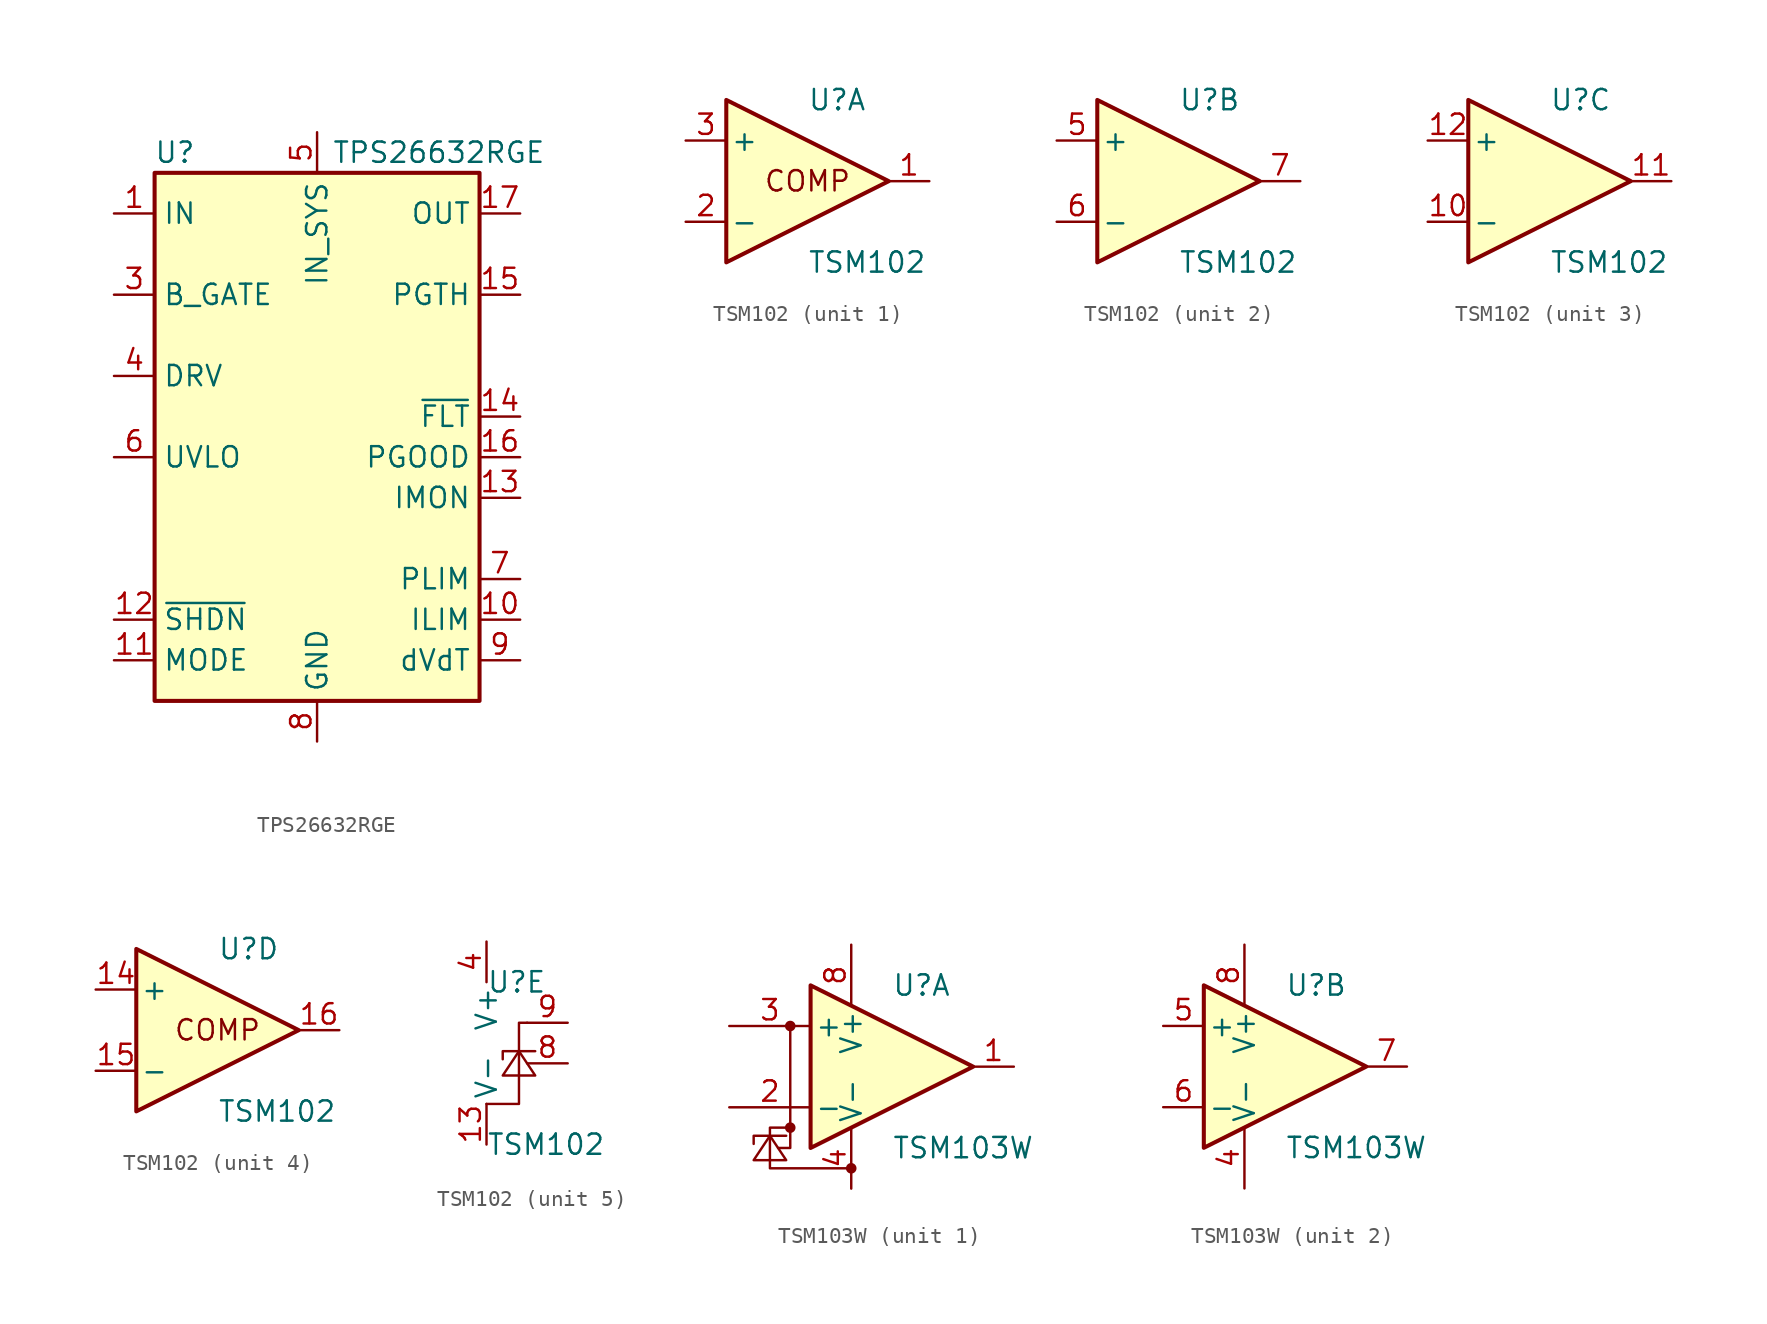
<source format=kicad_sym>
(kicad_symbol_lib
  (version 20200908)
  (generator kicad_symbol_editor)
  (symbol "Power_Management:TPS26632RGE"
    (property "Reference" "U"
      (at -8.89 16.51 0)
      (effects (font (size 1.27 1.27))))
    (property "Value" "TPS26632RGE"
      (at 7.62 16.51 0)
      (effects (font (size 1.27 1.27))))
    (symbol "TPS26632RGE_0_1"
      (rectangle (start -10.16 15.24) (end 10.16 -17.78) (stroke (width 0.254)) (fill (type background))))
    (symbol "TPS26632RGE_1_1"
      (pin power_in line (at -12.7 12.7 0) (length 2.54) (name "IN" (effects (font (size 1.27 1.27)))) (number "1" (effects (font (size 1.27 1.27)))))
      (pin passive line (at 12.7 -12.7 180) (length 2.54) (name "ILIM" (effects (font (size 1.27 1.27)))) (number "10" (effects (font (size 1.27 1.27)))))
      (pin input line (at -12.7 -15.24 0) (length 2.54) (name "MODE" (effects (font (size 1.27 1.27)))) (number "11" (effects (font (size 1.27 1.27)))))
      (pin input line (at -12.7 -12.7 0) (length 2.54) (name "~SHDN" (effects (font (size 1.27 1.27)))) (number "12" (effects (font (size 1.27 1.27)))))
      (pin output line (at 12.7 -5.08 180) (length 2.54) (name "IMON" (effects (font (size 1.27 1.27)))) (number "13" (effects (font (size 1.27 1.27)))))
      (pin open_collector line (at 12.7 0 180) (length 2.54) (name "~FLT" (effects (font (size 1.27 1.27)))) (number "14" (effects (font (size 1.27 1.27)))))
      (pin input line (at 12.7 7.62 180) (length 2.54) (name "PGTH" (effects (font (size 1.27 1.27)))) (number "15" (effects (font (size 1.27 1.27)))))
      (pin output line (at 12.7 -2.54 180) (length 2.54) (name "PGOOD" (effects (font (size 1.27 1.27)))) (number "16" (effects (font (size 1.27 1.27)))))
      (pin power_out line (at 12.7 12.7 180) (length 2.54) (name "OUT" (effects (font (size 1.27 1.27)))) (number "17" (effects (font (size 1.27 1.27)))))
      (pin passive line (at 12.7 12.7 180) (length 2.54) hide (name "OUT" (effects (font (size 1.27 1.27)))) (number "18" (effects (font (size 1.27 1.27)))))
      (pin unconnected line (at -10.16 10.16 0) (length 2.54) hide (name "NC" (effects (font (size 1.27 1.27)))) (number "19" (effects (font (size 1.27 1.27)))))
      (pin passive line (at -12.7 12.7 0) (length 2.54) hide (name "IN" (effects (font (size 1.27 1.27)))) (number "2" (effects (font (size 1.27 1.27)))))
      (pin unconnected line (at -10.16 5.08 0) (length 2.54) hide (name "NC" (effects (font (size 1.27 1.27)))) (number "20" (effects (font (size 1.27 1.27)))))
      (pin unconnected line (at -10.16 0 0) (length 2.54) hide (name "NC" (effects (font (size 1.27 1.27)))) (number "21" (effects (font (size 1.27 1.27)))))
      (pin unconnected line (at 10.16 10.16 180) (length 2.54) hide (name "NC" (effects (font (size 1.27 1.27)))) (number "22" (effects (font (size 1.27 1.27)))))
      (pin unconnected line (at 10.16 5.08 180) (length 2.54) hide (name "NC" (effects (font (size 1.27 1.27)))) (number "23" (effects (font (size 1.27 1.27)))))
      (pin unconnected line (at 10.16 2.54 180) (length 2.54) hide (name "NC" (effects (font (size 1.27 1.27)))) (number "24" (effects (font (size 1.27 1.27)))))
      (pin passive line (at 0 -20.32 90) (length 2.54) hide (name "GND" (effects (font (size 1.27 1.27)))) (number "25" (effects (font (size 1.27 1.27)))))
      (pin output line (at -12.7 7.62 0) (length 2.54) (name "B_GATE" (effects (font (size 1.27 1.27)))) (number "3" (effects (font (size 1.27 1.27)))))
      (pin output line (at -12.7 2.54 0) (length 2.54) (name "DRV" (effects (font (size 1.27 1.27)))) (number "4" (effects (font (size 1.27 1.27)))))
      (pin power_in line (at 0 17.78 270) (length 2.54) (name "IN_SYS" (effects (font (size 1.27 1.27)))) (number "5" (effects (font (size 1.27 1.27)))))
      (pin input line (at -12.7 -2.54 0) (length 2.54) (name "UVLO" (effects (font (size 1.27 1.27)))) (number "6" (effects (font (size 1.27 1.27)))))
      (pin passive line (at 12.7 -10.16 180) (length 2.54) (name "PLIM" (effects (font (size 1.27 1.27)))) (number "7" (effects (font (size 1.27 1.27)))))
      (pin power_in line (at 0 -20.32 90) (length 2.54) (name "GND" (effects (font (size 1.27 1.27)))) (number "8" (effects (font (size 1.27 1.27)))))
      (pin passive line (at 12.7 -15.24 180) (length 2.54) (name "dVdT" (effects (font (size 1.27 1.27)))) (number "9" (effects (font (size 1.27 1.27)))))))
  (symbol "Power_Management:TSM102"
    (pin_names
      (offset 0.254))
    (property "Reference" "U"
      (at 0 5.08 0)
      (effects (font (size 1.27 1.27)) (justify left)))
    (property "Value" "TSM102"
      (at 0 -5.08 0)
      (effects (font (size 1.27 1.27)) (justify left)))
    (symbol "TSM102_1_0"
      (text "COMP" (at 0 0 0) (effects (font (size 1.27 1.27)))))
    (symbol "TSM102_4_0"
      (text "COMP" (at 0 0 0) (effects (font (size 1.27 1.27)))))
    (symbol "TSM102_1_1"
      (polyline (pts (xy -5.08 5.08) (xy 5.08 0) (xy -5.08 -5.08) (xy -5.08 5.08)) (stroke (width 0.254)) (fill (type background)))
      (pin output line (at 7.62 0 180) (length 2.54) (name "~" (effects (font (size 1.27 1.27)))) (number "1" (effects (font (size 1.27 1.27)))))
      (pin input line (at -7.62 -2.54 0) (length 2.54) (name "-" (effects (font (size 1.27 1.27)))) (number "2" (effects (font (size 1.27 1.27)))))
      (pin input line (at -7.62 2.54 0) (length 2.54) (name "+" (effects (font (size 1.27 1.27)))) (number "3" (effects (font (size 1.27 1.27))))))
    (symbol "TSM102_2_1"
      (polyline (pts (xy -5.08 5.08) (xy 5.08 0) (xy -5.08 -5.08) (xy -5.08 5.08)) (stroke (width 0.254)) (fill (type background)))
      (pin input line (at -7.62 2.54 0) (length 2.54) (name "+" (effects (font (size 1.27 1.27)))) (number "5" (effects (font (size 1.27 1.27)))))
      (pin input line (at -7.62 -2.54 0) (length 2.54) (name "-" (effects (font (size 1.27 1.27)))) (number "6" (effects (font (size 1.27 1.27)))))
      (pin output line (at 7.62 0 180) (length 2.54) (name "~" (effects (font (size 1.27 1.27)))) (number "7" (effects (font (size 1.27 1.27))))))
    (symbol "TSM102_3_1"
      (polyline (pts (xy -5.08 5.08) (xy 5.08 0) (xy -5.08 -5.08) (xy -5.08 5.08)) (stroke (width 0.254)) (fill (type background)))
      (pin input line (at -7.62 -2.54 0) (length 2.54) (name "-" (effects (font (size 1.27 1.27)))) (number "10" (effects (font (size 1.27 1.27)))))
      (pin output line (at 7.62 0 180) (length 2.54) (name "~" (effects (font (size 1.27 1.27)))) (number "11" (effects (font (size 1.27 1.27)))))
      (pin input line (at -7.62 2.54 0) (length 2.54) (name "+" (effects (font (size 1.27 1.27)))) (number "12" (effects (font (size 1.27 1.27))))))
    (symbol "TSM102_4_1"
      (polyline (pts (xy -5.08 5.08) (xy 5.08 0) (xy -5.08 -5.08) (xy -5.08 5.08)) (stroke (width 0.254)) (fill (type background)))
      (pin input line (at -7.62 2.54 0) (length 2.54) (name "+" (effects (font (size 1.27 1.27)))) (number "14" (effects (font (size 1.27 1.27)))))
      (pin input line (at -7.62 -2.54 0) (length 2.54) (name "-" (effects (font (size 1.27 1.27)))) (number "15" (effects (font (size 1.27 1.27)))))
      (pin output line (at 7.62 0 180) (length 2.54) (name "~" (effects (font (size 1.27 1.27)))) (number "16" (effects (font (size 1.27 1.27))))))
    (symbol "TSM102_5_1"
      (polyline (pts (xy 1.016 0.254) (xy 1.016 0.762) (xy 3.048 0.762)) (stroke (width 0)) (fill (type none)))
      (polyline (pts (xy 0 -2.54) (xy 2.032 -2.54) (xy 2.032 2.54) (xy 2.54 2.54)) (stroke (width 0)) (fill (type none)))
      (polyline (pts (xy 1.016 -0.762) (xy 2.032 0.762) (xy 3.048 -0.762) (xy 1.016 -0.762)) (stroke (width 0)) (fill (type none)))
      (pin power_in line (at 0 -5.08 90) (length 2.54) (name "V-" (effects (font (size 1.27 1.27)))) (number "13" (effects (font (size 1.27 1.27)))))
      (pin power_in line (at 0 7.62 270) (length 2.54) (name "V+" (effects (font (size 1.27 1.27)))) (number "4" (effects (font (size 1.27 1.27)))))
      (pin passive line (at 5.08 0 180) (length 2.54) (name "~" (effects (font (size 1.27 1.27)))) (number "8" (effects (font (size 1.27 1.27)))))
      (pin passive line (at 5.08 2.54 180) (length 2.54) (name "~" (effects (font (size 1.27 1.27)))) (number "9" (effects (font (size 1.27 1.27)))))))
  (symbol "Power_Management:TSM103W"
    (pin_names
      (offset 0.254))
    (property "Reference" "U"
      (at 0 5.08 0)
      (effects (font (size 1.27 1.27)) (justify left)))
    (property "Value" "TSM103W"
      (at 0 -5.08 0)
      (effects (font (size 1.27 1.27)) (justify left)))
    (symbol "TSM103W_1_1"
      (circle (center -6.35 -3.81) (radius 0.254) (stroke (width 0)) (fill (type outline)))
      (circle (center -6.35 2.54) (radius 0.254) (stroke (width 0)) (fill (type outline)))
      (circle (center -2.54 -6.35) (radius 0.254) (stroke (width 0)) (fill (type outline)))
      (polyline (pts (xy -8.636 -4.826) (xy -8.636 -4.318) (xy -6.604 -4.318)) (stroke (width 0)) (fill (type none)))
      (polyline (pts (xy -7.112 -5.08) (xy -6.35 -5.08) (xy -6.35 2.54)) (stroke (width 0)) (fill (type none)))
      (polyline (pts (xy -8.636 -5.842) (xy -7.62 -4.318) (xy -6.604 -5.842) (xy -8.636 -5.842)) (stroke (width 0)) (fill (type none)))
      (polyline (pts (xy -6.35 -3.81) (xy -7.62 -3.81) (xy -7.62 -6.35) (xy -2.54 -6.35)) (stroke (width 0)) (fill (type none)))
      (pin output line (at 7.62 0 180) (length 2.54) (name "~" (effects (font (size 1.27 1.27)))) (number "1" (effects (font (size 1.27 1.27)))))
      (pin input line (at -10.16 -2.54 0) (length 5.08) (name "-" (effects (font (size 1.27 1.27)))) (number "2" (effects (font (size 1.27 1.27)))))
      (pin input line (at -10.16 2.54 0) (length 5.08) (name "+" (effects (font (size 1.27 1.27)))) (number "3" (effects (font (size 1.27 1.27))))))
    (symbol "TSM103W_0_1"
      (polyline (pts (xy -5.08 5.08) (xy 5.08 0) (xy -5.08 -5.08) (xy -5.08 5.08)) (stroke (width 0.254)) (fill (type background)))
      (pin power_in line (at -2.54 -7.62 90) (length 3.81) (name "V-" (effects (font (size 1.27 1.27)))) (number "4" (effects (font (size 1.27 1.27)))))
      (pin power_in line (at -2.54 7.62 270) (length 3.81) (name "V+" (effects (font (size 1.27 1.27)))) (number "8" (effects (font (size 1.27 1.27))))))
    (symbol "TSM103W_2_1"
      (pin input line (at -7.62 2.54 0) (length 2.54) (name "+" (effects (font (size 1.27 1.27)))) (number "5" (effects (font (size 1.27 1.27)))))
      (pin input line (at -7.62 -2.54 0) (length 2.54) (name "-" (effects (font (size 1.27 1.27)))) (number "6" (effects (font (size 1.27 1.27)))))
      (pin output line (at 7.62 0 180) (length 2.54) (name "~" (effects (font (size 1.27 1.27)))) (number "7" (effects (font (size 1.27 1.27))))))))
</source>
